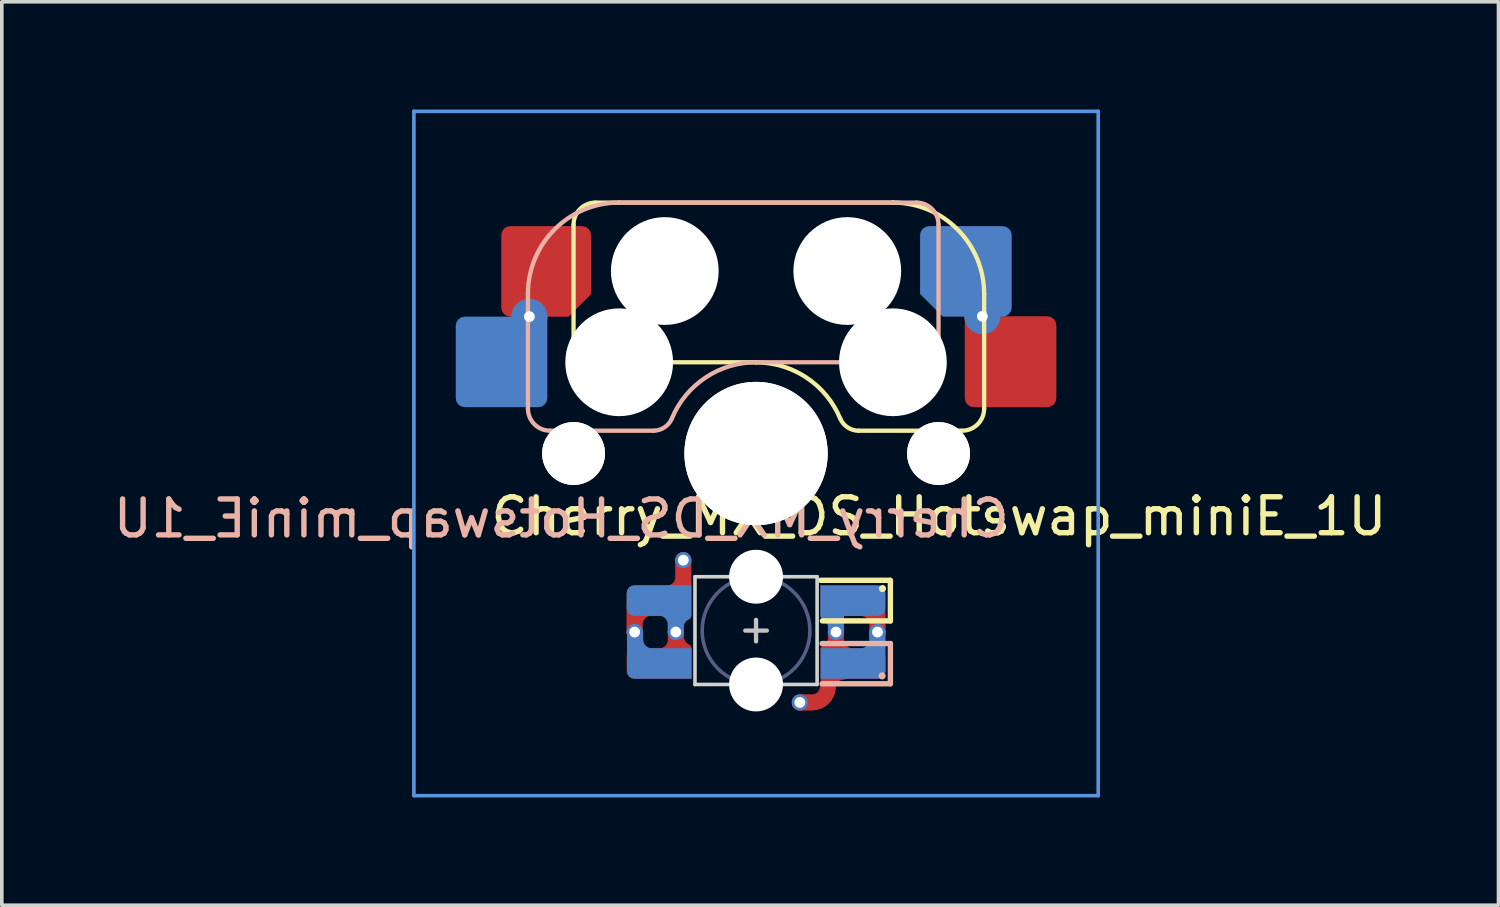
<source format=kicad_pcb>
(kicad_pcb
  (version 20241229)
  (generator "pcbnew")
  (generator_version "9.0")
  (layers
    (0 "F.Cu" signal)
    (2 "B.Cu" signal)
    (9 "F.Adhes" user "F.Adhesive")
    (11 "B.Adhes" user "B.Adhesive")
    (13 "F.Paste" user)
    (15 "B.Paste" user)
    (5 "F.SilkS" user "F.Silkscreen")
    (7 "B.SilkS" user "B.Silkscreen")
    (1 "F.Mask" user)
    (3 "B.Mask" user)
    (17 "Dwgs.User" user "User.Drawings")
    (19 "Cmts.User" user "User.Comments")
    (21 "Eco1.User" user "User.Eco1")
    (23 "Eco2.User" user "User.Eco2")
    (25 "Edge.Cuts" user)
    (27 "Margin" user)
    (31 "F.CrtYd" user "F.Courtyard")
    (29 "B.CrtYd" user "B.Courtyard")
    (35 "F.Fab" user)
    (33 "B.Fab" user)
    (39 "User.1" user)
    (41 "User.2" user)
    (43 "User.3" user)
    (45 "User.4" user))
  (footprint "Cherry_MX_DS_Hotswap_miniE_1U"
    (layer "F.Cu")
    (at 17.997 9.575)
    (property "Reference" "Cherry_MX_DS_Hotswap_miniE_1U" (at -5.42 1.81 0) (layer "B.SilkS") (effects (font (size 1 1) (thickness 0.15)) (justify mirror)))
    (attr through_hole)
    (fp_line (start -5.08 -6.36) (end -5.08 -2.54) (stroke (width 0.12) (type solid)) (layer "F.SilkS"))
    (fp_line (start -5.08 -2.54) (end -5.08 -2.54) (stroke (width 0.12) (type solid)) (layer "F.SilkS"))
    (fp_line (start -5.08 -2.54) (end -5.08 -2.54) (stroke (width 0.12) (type solid)) (layer "F.SilkS"))
    (fp_line (start -4.46 -6.985) (end 3.81 -6.985) (stroke (width 0.12) (type solid)) (layer "F.SilkS"))
    (fp_line (start 0 -2.54) (end -5.08 -2.54) (stroke (width 0.12) (type solid)) (layer "F.SilkS"))
    (fp_line (start 0 -2.54) (end 0 -2.54) (stroke (width 0.12) (type solid)) (layer "F.SilkS"))
    (fp_line (start 1.8 3.53) (end 3.724 3.53) (stroke (width 0.15) (type solid)) (layer "F.SilkS"))
    (fp_line (start 2.86 -0.635) (end 5.72 -0.635) (stroke (width 0.12) (type solid)) (layer "F.SilkS"))
    (fp_line (start 3.74 3.53) (end 3.74 4.66) (stroke (width 0.15) (type solid)) (layer "F.SilkS"))
    (fp_line (start 3.74 4.66) (end 1.846 4.66) (stroke (width 0.15) (type solid)) (layer "F.SilkS"))
    (fp_line (start 3.81 -6.985) (end 3.81 -6.985) (stroke (width 0.12) (type solid)) (layer "F.SilkS"))
    (fp_line (start 6.35 -4.445) (end 6.35 -4.445) (stroke (width 0.12) (type solid)) (layer "F.SilkS"))
    (fp_line (start 6.35 -1.25) (end 6.35 -4.445) (stroke (width 0.12) (type solid)) (layer "F.SilkS"))
    (fp_arc (start -5.08 -6.37) (mid -4.899871 -6.804871) (end -4.465 -6.985) (stroke (width 0.12) (type default)) (layer "F.SilkS"))
    (fp_arc (start 0 -2.536928) (mid 1.405313 -2.11213) (end 2.34 -0.98) (stroke (width 0.12) (type solid)) (layer "F.SilkS"))
    (fp_arc (start 2.859999 -0.633863) (mid 2.547381 -0.727883) (end 2.34 -0.98) (stroke (width 0.12) (type default)) (layer "F.SilkS"))
    (fp_arc (start 3.81 -6.985) (mid 5.606051 -6.241051) (end 6.35 -4.445) (stroke (width 0.12) (type solid)) (layer "F.SilkS"))
    (fp_arc (start 6.350129 -1.25) (mid 6.169985 -0.815144) (end 5.735129 -0.635) (stroke (width 0.12) (type default)) (layer "F.SilkS"))
    (fp_circle (center 3.52 3.76) (end 3.62 3.76) (stroke (width 0) (type solid)) (fill yes) (layer "F.SilkS"))
    (fp_line (start -6.35 -4.445) (end -6.35 -4.445) (stroke (width 0.12) (type solid)) (layer "B.SilkS"))
    (fp_line (start -6.35 -4.445) (end -6.35 -1.26) (stroke (width 0.12) (type solid)) (layer "B.SilkS"))
    (fp_line (start -5.73 -0.635) (end -2.84 -0.635) (stroke (width 0.12) (type solid)) (layer "B.SilkS"))
    (fp_line (start -3.81 -6.985) (end -3.81 -6.985) (stroke (width 0.12) (type solid)) (layer "B.SilkS"))
    (fp_line (start -3.81 -6.985) (end 4.46 -6.985) (stroke (width 0.12) (type solid)) (layer "B.SilkS"))
    (fp_line (start 0 -2.54) (end 0 -2.54) (stroke (width 0.12) (type solid)) (layer "B.SilkS"))
    (fp_line (start 0 -2.54) (end 5.08 -2.54) (stroke (width 0.12) (type solid)) (layer "B.SilkS"))
    (fp_line (start 3.74 5.29) (end 1.84 5.29) (stroke (width 0.15) (type solid)) (layer "B.SilkS"))
    (fp_line (start 3.74 5.29) (end 3.74 6.41) (stroke (width 0.15) (type solid)) (layer "B.SilkS"))
    (fp_line (start 3.74 6.41) (end 1.84 6.41) (stroke (width 0.15) (type solid)) (layer "B.SilkS"))
    (fp_line (start 5.08 -6.37) (end 5.08 -2.54) (stroke (width 0.12) (type solid)) (layer "B.SilkS"))
    (fp_line (start 5.08 -2.54) (end 5.08 -2.54) (stroke (width 0.12) (type solid)) (layer "B.SilkS"))
    (fp_line (start 5.08 -2.54) (end 5.08 -2.54) (stroke (width 0.12) (type solid)) (layer "B.SilkS"))
    (fp_arc (start -6.35 -4.445) (mid -5.606051 -6.241051) (end -3.81 -6.985) (stroke (width 0.12) (type solid)) (layer "B.SilkS"))
    (fp_arc (start -5.735 -0.635) (mid -6.169871 -0.815129) (end -6.35 -1.25) (stroke (width 0.12) (type default)) (layer "B.SilkS"))
    (fp_arc (start -2.34 -0.983072) (mid -1.405313 -2.115202) (end 0 -2.54) (stroke (width 0.12) (type solid)) (layer "B.SilkS"))
    (fp_arc (start -2.34 -0.980845) (mid -2.539137 -0.734326) (end -2.840072 -0.635) (stroke (width 0.12) (type default)) (layer "B.SilkS"))
    (fp_arc (start 4.465129 -6.985) (mid 4.899999 -6.80487) (end 5.080129 -6.37) (stroke (width 0.12) (type default)) (layer "B.SilkS"))
    (fp_circle (center 3.51 6.19) (end 3.41 6.19) (stroke (width 0) (type solid)) (fill yes) (layer "B.SilkS"))
    (fp_line (start -0.3 4.93) (end 0.3 4.93) (stroke (width 0.12) (type solid)) (layer "Dwgs.User"))
    (fp_line (start 0 4.63) (end 0 5.23) (stroke (width 0.12) (type solid)) (layer "Dwgs.User"))
    (fp_line (start -9.525 -9.525) (end -9.525 9.525) (stroke (width 0.1) (type solid)) (layer "Cmts.User"))
    (fp_line (start 9.525 -9.525) (end -9.525 -9.525) (stroke (width 0.1) (type solid)) (layer "Cmts.User"))
    (fp_line (start 9.525 -9.525) (end 9.525 9.525) (stroke (width 0.1) (type solid)) (layer "Cmts.User"))
    (fp_line (start 9.525 9.525) (end -9.525 9.525) (stroke (width 0.1) (type solid)) (layer "Cmts.User"))
    (fp_line (start -1.7 6.43) (end -1.7 3.43) (stroke (width 0.1) (type solid)) (layer "Edge.Cuts"))
    (fp_line (start 1.7 3.43) (end -1.7 3.43) (stroke (width 0.1) (type solid)) (layer "Edge.Cuts"))
    (fp_line (start 1.7 3.43) (end 1.7 6.43) (stroke (width 0.1) (type solid)) (layer "Edge.Cuts"))
    (fp_line (start 1.7 6.43) (end -1.7 6.43) (stroke (width 0.1) (type solid)) (layer "Edge.Cuts"))
    (fp_circle (center 0 4.93) (end 0 6.43) (stroke (width 0.1) (type solid)) (fill no) (layer "B.Fab"))
    (fp_rect (start 7 -7) (end -7 7) (stroke (width 0.12) (type default)) (fill no) (layer "User.4"))
    (fp_text user "${REFERENCE}" (at 5.09 1.75 0) (layer "F.SilkS") (effects (font (size 1 1) (thickness 0.15))))
    (pad "" np_thru_hole circle (at -5.08 0) (size 1.75 1.75) (drill 1.75) (layers "*.Cu" "*.Mask"))
    (pad "" np_thru_hole circle (at -5.08 0) (size 1.75 1.75) (drill 1.75) (layers "*.Cu" "*.Mask"))
    (pad "" np_thru_hole circle (at -3.81 -2.54) (size 3 3) (drill 3) (layers "*.Cu" "*.Mask"))
    (pad "" smd roundrect (at -2.69 5.845 180) (size 1.82 0.85) (layers "F.Mask") (roundrect_rratio 0.25) (chamfer_ratio 0) (chamfer top_left bottom_left))
    (pad "" smd roundrect (at -2.69 4.095) (size 1.82 0.85) (layers "B.Mask") (roundrect_rratio 0.25) (chamfer_ratio 0) (chamfer top_right bottom_right))
    (pad "" smd roundrect (at -2.69 4.095 180) (size 1.82 0.84) (layers "F.Mask") (roundrect_rratio 0.25) (chamfer_ratio 0) (chamfer top_left bottom_left))
    (pad "" smd roundrect (at -2.685 5.855) (size 1.83 0.85) (layers "B.Mask") (roundrect_rratio 0.25) (chamfer_ratio 0) (chamfer top_right bottom_right))
    (pad "" np_thru_hole circle (at -2.54 -5.08) (size 3 3) (drill 3) (layers "*.Cu" "*.Mask"))
    (pad "" np_thru_hole circle (at 0 0) (size 3.988 3.988) (drill 3.988) (layers "*.Cu" "*.Mask"))
    (pad "" np_thru_hole circle (at 0 0) (size 3.988 3.988) (drill 3.988) (layers "*.Cu" "*.Mask"))
    (pad "" np_thru_hole circle (at 0 3.43) (size 1.5 1.5) (drill 1.5) (layers "*.Cu" "*.Mask"))
    (pad "" np_thru_hole circle (at 0 6.43) (size 1.5 1.5) (drill 1.5) (layers "*.Cu" "*.Mask"))
    (pad "" smd rect (at 2.47 5.85 180) (size 1.38 0.84) (layers "B.Mask"))
    (pad "" smd rect (at 2.47 4.09) (size 1.38 0.84) (layers "F.Mask"))
    (pad "" np_thru_hole circle (at 2.54 -5.08) (size 3 3) (drill 3) (layers "*.Cu" "*.Mask"))
    (pad "" smd roundrect (at 2.685 4.095 180) (size 1.83 0.85) (layers "B.Mask") (roundrect_rratio 0.25) (chamfer_ratio 0) (chamfer top_right bottom_right))
    (pad "" smd roundrect (at 2.69 5.84) (size 1.82 0.84) (layers "F.Mask") (roundrect_rratio 0.25) (chamfer_ratio 0) (chamfer top_left bottom_left))
    (pad "" smd roundrect (at 2.855 5.85 180) (size 1.49 0.84) (layers "B.Mask") (roundrect_rratio 0.25) (chamfer_ratio 0.5) (chamfer top_left))
    (pad "" smd roundrect (at 2.855 4.09) (size 1.49 0.84) (layers "F.Mask") (roundrect_rratio 0.25) (chamfer_ratio 0.5) (chamfer top_right))
    (pad "" np_thru_hole circle (at 3.81 -2.54) (size 3 3) (drill 3) (layers "*.Cu" "*.Mask"))
    (pad "" np_thru_hole circle (at 5.08 0) (size 1.75 1.75) (drill 1.75) (layers "*.Cu" "*.Mask"))
    (pad "" np_thru_hole circle (at 5.08 0) (size 1.75 1.75) (drill 1.75) (layers "*.Cu" "*.Mask"))
    (pad "1" smd custom (at -2.7 4.095 180) (size 0.85 0.85) (layers "B.Cu") (options (anchor circle)) (primitives (gr_arc (start 0 -0.225) (mid -0.311126 -0.353874) (end -0.44 -0.665) (width 0.4)) (gr_arc (start -0.588284 -0.744999) (mid -0.645593 -0.555573) (end -0.798298 -0.429684) (width 0.2)) (gr_line (start -0.466 -0.184) (end -0.466 -0.874) (width 0.45)) (gr_poly (pts (xy 0.9 -0.212) (xy 0.884 -0.294) (xy 0.838 -0.363) (xy 0.769 -0.409) (xy 0.688 -0.425) (xy -0.9 -0.425) (xy -0.9 0.425) (xy 0.688 0.425) (xy 0.769 0.409) (xy 0.838 0.363) (xy 0.884 0.294) (xy 0.9 0.212)) (width 0) (fill yes))))
    (pad "1" smd custom (at -2.7 5.845 180) (size 0.85 0.85) (layers "F.Cu") (options (anchor circle)) (primitives (gr_poly (pts (xy 0.9 -0.212) (xy 0.884 -0.294) (xy 0.838 -0.363) (xy 0.769 -0.409) (xy 0.688 -0.425) (xy -0.9 -0.425) (xy -0.9 0.425) (xy 0.688 0.425) (xy 0.769 0.409) (xy 0.838 0.363) (xy 0.884 0.294) (xy 0.9 0.212)) (width 0) (fill yes)) (gr_arc (start -0.445 0.665) (mid -0.316126 0.353874) (end -0.005 0.225) (width 0.4)) (gr_arc (start -0.802705 0.435002) (mid -0.650002 0.56089) (end -0.592691 0.750315) (width 0.2)) (gr_line (start -0.47 0.275) (end -0.47 0.875) (width 0.45))))
    (pad "1" thru_hole circle (at -2.234 4.969) (size 0.45 0.45) (drill 0.3) (layers "*.Cu"))
    (pad "2" thru_hole circle (at -3.38 4.97) (size 0.45 0.45) (drill 0.3) (layers "*.Cu"))
    (pad "2" smd custom (at -2.7 4.095) (size 0.85 0.85) (layers "F.Cu") (options (anchor circle)) (primitives (gr_poly (pts (xy 0.9 -0.425) (xy -0.688 -0.425) (xy -0.769 -0.409) (xy -0.838 -0.363) (xy -0.884 -0.294) (xy -0.9 -0.212) (xy -0.9 0.212) (xy -0.884 0.294) (xy -0.838 0.363) (xy -0.769 0.409) (xy -0.688 0.425) (xy 0.9 0.425)) (width 0) (fill yes)) (gr_line (start 0.675 -0.225) (end 0.675 -1.125) (width 0.45)) (gr_arc (start 0.675 -0.645) (mid 0.546126 -0.333874) (end 0.235 -0.205) (width 0.45)) (gr_line (start -0.68 0.075) (end -0.68 0.875) (width 0.45)) (gr_arc (start -0.655 0.665) (mid -0.526126 0.353874) (end -0.215 0.225) (width 0.4))))
    (pad "2" smd custom (at -2.693 5.845) (size 0.85 0.85) (layers "B.Cu") (options (anchor circle)) (primitives (gr_arc (start -0.205874 -0.226126) (mid -0.517 -0.355) (end -0.645874 -0.666126) (width 0.4)) (gr_line (start -0.675 -0.135) (end -0.675 -0.875) (width 0.45)) (gr_poly (pts (xy 0.9 -0.425) (xy -0.9 -0.425) (xy -0.9 0.212) (xy -0.884 0.294) (xy -0.838 0.363) (xy -0.769 0.409) (xy -0.688 0.425) (xy 0.9 0.425)) (width 0) (fill yes))))
    (pad "2" thru_hole circle (at -2.025 2.97) (size 0.45 0.45) (drill 0.3) (layers "*.Cu"))
    (pad "3" smd custom (at 2.7 4.1) (size 0.85 0.85) (layers "F.Cu") (options (anchor circle)) (primitives (gr_arc (start 0.215 0.225) (mid 0.526126 0.353874) (end 0.655 0.665) (width 0.4)) (gr_line (start 0.68 0.875) (end 0.68 0.275) (width 0.45)) (gr_poly (pts (xy -0.9 -0.425) (xy 0.688 -0.425) (xy 0.769 -0.409) (xy 0.838 -0.363) (xy 0.884 -0.294) (xy 0.9 -0.212) (xy 0.9 0.212) (xy 0.884 0.294) (xy 0.838 0.363) (xy 0.769 0.409) (xy 0.688 0.425) (xy -0.9 0.425)) (width 0) (fill yes))))
    (pad "3" smd custom (at 2.705 5.845) (size 0.85 0.85) (layers "B.Cu") (options (anchor circle)) (primitives (gr_arc (start 0.645 -0.665) (mid 0.516126 -0.353874) (end 0.205 -0.225) (width 0.4)) (gr_poly (pts (xy 0.494 -0.354) (xy 0.85 -0.354) (xy 0.85 -0.887) (xy 0.494 -0.887)) (width 0.1) (fill yes)) (gr_poly (pts (xy 0.9 -0.425) (xy -0.91 -0.425) (xy -0.91 0.425) (xy 0.688 0.425) (xy 0.769 0.409) (xy 0.838 0.363) (xy 0.884 0.294) (xy 0.9 0.212)) (width 0) (fill yes))))
    (pad "3" thru_hole circle (at 3.38 4.97) (size 0.45 0.45) (drill 0.3) (layers "*.Cu"))
    (pad "4" thru_hole circle (at 1.22 6.93 180) (size 0.45 0.45) (drill 0.3) (layers "*.Cu"))
    (pad "4" thru_hole circle (at 2.225 4.97) (size 0.45 0.45) (drill 0.3) (layers "*.Cu"))
    (pad "4" smd custom (at 2.7 4.095 180) (size 0.85 0.85) (layers "B.Cu") (options (anchor circle)) (primitives (gr_line (start 0.475 -0.235) (end 0.475 -0.875) (width 0.45)) (gr_arc (start 0.81 -0.425001) (mid 0.657302 -0.550891) (end 0.600001 -0.740315) (width 0.2)) (gr_poly (pts (xy 0.91 -0.425) (xy -0.688 -0.425) (xy -0.769 -0.409) (xy -0.838 -0.363) (xy -0.884 -0.294) (xy -0.9 -0.212) (xy -0.9 0.212) (xy -0.884 0.294) (xy -0.838 0.363) (xy -0.769 0.409) (xy -0.688 0.425) (xy 0.91 0.425)) (width 0) (fill yes))))
    (pad "4" smd custom (at 2.7 5.845 180) (size 0.85 0.85) (layers "F.Cu") (options (anchor circle)) (primitives (gr_poly (pts (xy 0.9 -0.425) (xy -0.688 -0.425) (xy -0.769 -0.409) (xy -0.838 -0.363) (xy -0.884 -0.294) (xy -0.9 -0.212) (xy -0.9 0.212) (xy -0.884 0.294) (xy -0.838 0.363) (xy -0.769 0.409) (xy -0.688 0.425) (xy 0.9 0.425)) (width 0) (fill yes)) (gr_arc (start 0.01 0.225) (mid 0.321126 0.353874) (end 0.45 0.665) (width 0.4)) (gr_arc (start 0.589986 0.730315) (mid 0.647297 0.540891) (end 0.800002 0.415004) (width 0.2)) (gr_line (start 0.475 0.275) (end 0.475 0.875) (width 0.45)) (gr_arc (start 0.7 -0.645) (mid 0.828874 -0.956126) (end 1.14 -1.085) (width 0.45)) (gr_line (start 1.48 -1.085) (end 1.18 -1.085) (width 0.45)) (gr_line (start 0.7 -0.165) (end 0.7 -0.645) (width 0.4)) (gr_arc (start 0.7 -0.666126) (mid 0.571126 -0.355) (end 0.26 -0.226126) (width 0.45))))
    (pad "5" smd roundrect (at 5.842 -5.07) (size 2.55 2.52) (layers "B.Cu" "B.Mask" "B.Paste") (roundrect_rratio 0.1) (chamfer_ratio 0.25) (chamfer bottom_left))
    (pad "5" thru_hole circle (at 6.3 -3.82) (size 1 1) (drill 0.3) (layers "*.Cu"))
    (pad "5" smd roundrect (at 7.085 -2.555) (size 2.55 2.53) (layers "F.Cu" "F.Mask" "F.Paste") (roundrect_rratio 0.1) (chamfer_ratio 0) (chamfer top_left))
    (pad "6" smd roundrect (at -7.085 -2.55) (size 2.55 2.52) (layers "B.Cu" "B.Mask" "B.Paste") (roundrect_rratio 0.1) (chamfer_ratio 0) (chamfer top_right))
    (pad "6" thru_hole circle (at -6.31 -3.81) (size 1 1) (drill 0.3) (layers "*.Cu"))
    (pad "6" smd roundrect (at -5.842 -5.07) (size 2.5 2.52) (layers "F.Cu" "F.Mask" "F.Paste") (roundrect_rratio 0.1) (chamfer_ratio 0.25) (chamfer bottom_right)))
  (gr_rect
    (start -3 -3)
    (end 38.665 22.15)
    (stroke (width 0.1) (type default))
    (fill no)
    (layer "Edge.Cuts")))
</source>
